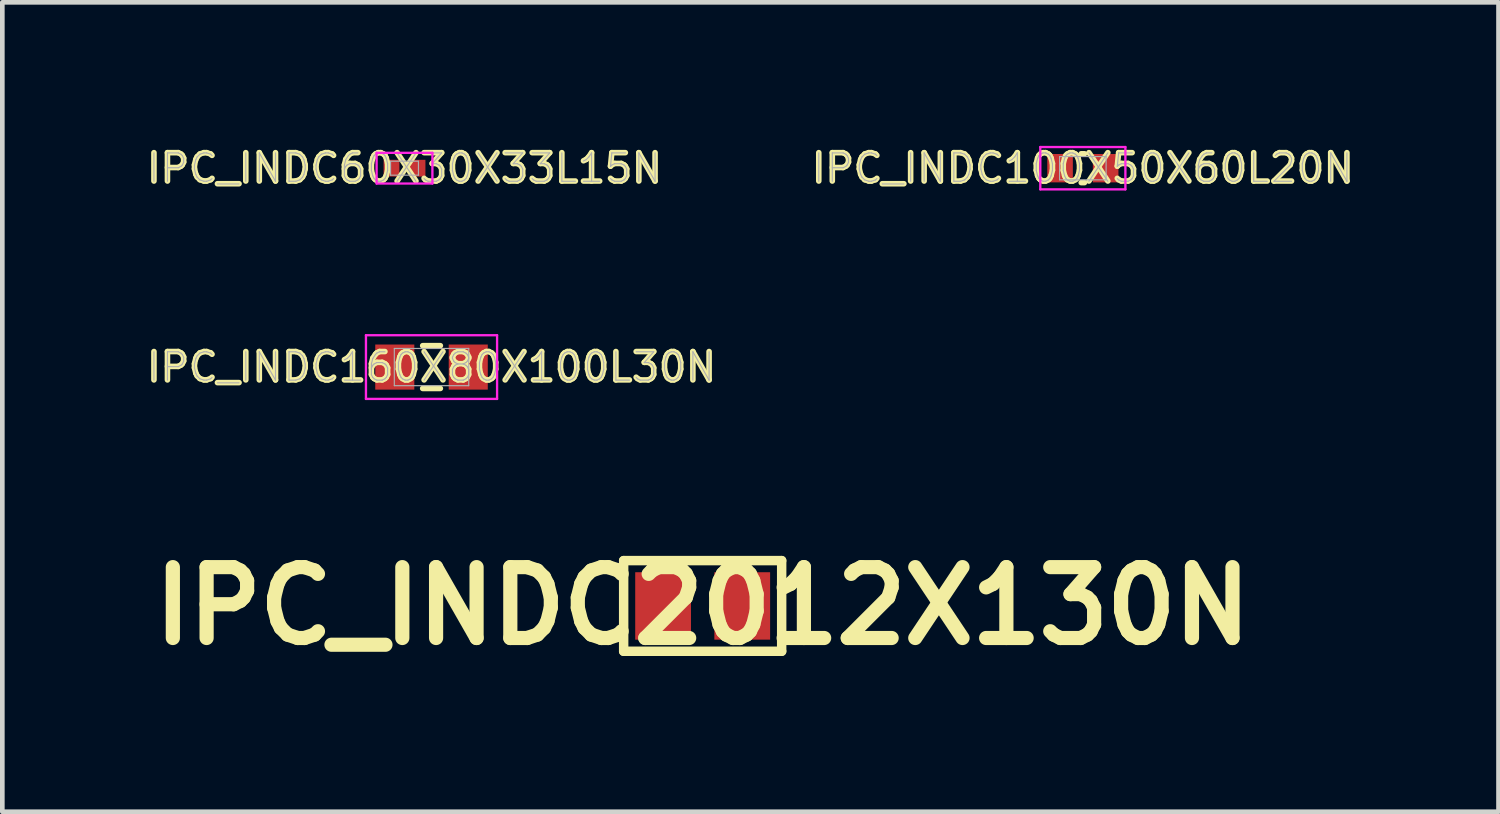
<source format=kicad_pcb>
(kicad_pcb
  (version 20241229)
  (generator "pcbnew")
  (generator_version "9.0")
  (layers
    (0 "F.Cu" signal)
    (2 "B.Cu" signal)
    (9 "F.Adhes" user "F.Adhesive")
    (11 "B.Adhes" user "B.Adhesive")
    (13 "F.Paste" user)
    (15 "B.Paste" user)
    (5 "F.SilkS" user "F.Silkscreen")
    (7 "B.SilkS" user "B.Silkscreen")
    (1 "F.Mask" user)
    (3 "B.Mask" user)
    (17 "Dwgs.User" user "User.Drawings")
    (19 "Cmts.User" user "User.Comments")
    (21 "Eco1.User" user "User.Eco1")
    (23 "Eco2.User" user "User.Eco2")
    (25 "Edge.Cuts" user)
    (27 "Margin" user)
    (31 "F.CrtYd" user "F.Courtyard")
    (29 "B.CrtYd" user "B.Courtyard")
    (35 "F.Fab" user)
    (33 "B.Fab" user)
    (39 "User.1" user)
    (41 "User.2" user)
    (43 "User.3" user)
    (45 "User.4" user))
  (footprint "IPC_INDC100X50X60L20N"
    (layer "F.Cu")
    (at 20.237 0.567)
    (property "Reference" "IPC_INDC100X50X60L20N" (at 0 0 0) (layer "F.SilkS") (effects (font (size 0.61 0.61) (thickness 0.12))))
    (attr smd)
    (fp_line (start -0.035 0.31) (end 0.035 0.31) (stroke (width 0.12) (type solid)) (layer "F.SilkS"))
    (fp_line (start 0.035 -0.31) (end -0.035 -0.31) (stroke (width 0.12) (type solid)) (layer "F.SilkS"))
    (fp_line (start -0.915 -0.455) (end 0.915 -0.455) (stroke (width 0.05) (type solid)) (layer "F.CrtYd"))
    (fp_line (start -0.915 0.455) (end -0.915 -0.455) (stroke (width 0.05) (type solid)) (layer "F.CrtYd"))
    (fp_line (start 0.915 -0.455) (end 0.915 0.455) (stroke (width 0.05) (type solid)) (layer "F.CrtYd"))
    (fp_line (start 0.915 0.455) (end -0.915 0.455) (stroke (width 0.05) (type solid)) (layer "F.CrtYd"))
    (fp_line (start -0.5 -0.25) (end 0.5 -0.25) (stroke (width 0.025) (type solid)) (layer "F.Fab"))
    (fp_line (start -0.5 0.25) (end -0.5 -0.25) (stroke (width 0.025) (type solid)) (layer "F.Fab"))
    (fp_line (start 0.5 -0.25) (end 0.5 0.25) (stroke (width 0.025) (type solid)) (layer "F.Fab"))
    (fp_line (start 0.5 0.25) (end -0.5 0.25) (stroke (width 0.025) (type solid)) (layer "F.Fab"))
    (fp_text user "${REFERENCE}" (at 0 0 0) (layer "F.Fab") (effects (font (size 0.61 0.61) (thickness 0.025))))
    (pad "1" smd rect (at -0.49 0) (size 0.55 0.61) (layers "F.Cu" "F.Mask" "F.Paste"))
    (pad "2" smd rect (at 0.49 0) (size 0.55 0.61) (layers "F.Cu" "F.Mask" "F.Paste")))
  (footprint "IPC_INDC60X30X33L15N"
    (layer "F.Cu")
    (at 5.649 0.567)
    (property "Reference" "IPC_INDC60X30X33L15N" (at 0 0 0) (layer "F.SilkS") (effects (font (size 0.61 0.61) (thickness 0.12))))
    (attr smd)
    (fp_line (start -0.6 -0.33) (end 0.6 -0.33) (stroke (width 0.05) (type solid)) (layer "F.CrtYd"))
    (fp_line (start -0.6 0.33) (end -0.6 -0.33) (stroke (width 0.05) (type solid)) (layer "F.CrtYd"))
    (fp_line (start 0.6 -0.33) (end 0.6 0.33) (stroke (width 0.05) (type solid)) (layer "F.CrtYd"))
    (fp_line (start 0.6 0.33) (end -0.6 0.33) (stroke (width 0.05) (type solid)) (layer "F.CrtYd"))
    (fp_line (start -0.3 -0.15) (end 0.3 -0.15) (stroke (width 0.025) (type solid)) (layer "F.Fab"))
    (fp_line (start -0.3 0.15) (end -0.3 -0.15) (stroke (width 0.025) (type solid)) (layer "F.Fab"))
    (fp_line (start 0.3 -0.15) (end 0.3 0.15) (stroke (width 0.025) (type solid)) (layer "F.Fab"))
    (fp_line (start 0.3 0.15) (end -0.3 0.15) (stroke (width 0.025) (type solid)) (layer "F.Fab"))
    (fp_text user "${REFERENCE}" (at 0 0 0) (layer "F.Fab") (effects (font (size 0.61 0.61) (thickness 0.025))))
    (pad "1" smd rect (at -0.28 0) (size 0.34 0.36) (layers "F.Cu" "F.Mask" "F.Paste"))
    (pad "2" smd rect (at 0.28 0) (size 0.34 0.36) (layers "F.Cu" "F.Mask" "F.Paste")))
  (footprint "IPC_INDC2012X130N"
    (layer "F.Cu")
    (at 12.061 9.981)
    (property "Reference" "IPC_INDC2012X130N" (at 0 0 0) (layer "F.SilkS") (effects (font (size 1.524 1.524) (thickness 0.305))))
    (attr through_hole)
    (fp_line (start -1.699 -0.975) (end 1.699 -0.975) (stroke (width 0.203) (type solid)) (layer "F.SilkS"))
    (fp_line (start -1.699 0.975) (end -1.699 -0.975) (stroke (width 0.203) (type solid)) (layer "F.SilkS"))
    (fp_line (start 1.699 -0.975) (end 1.699 0.975) (stroke (width 0.203) (type solid)) (layer "F.SilkS"))
    (fp_line (start 1.699 0.975) (end -1.699 0.975) (stroke (width 0.203) (type solid)) (layer "F.SilkS"))
    (pad "1" smd rect (at -0.851 0) (size 1.199 1.45) (layers "F.Cu" "F.Mask" "F.Paste"))
    (pad "2" smd rect (at 0.851 0) (size 1.199 1.45) (layers "F.Cu" "F.Mask" "F.Paste")))
  (footprint "IPC_INDC160X80X100L30N"
    (layer "F.Cu")
    (at 6.23 4.844)
    (property "Reference" "IPC_INDC160X80X100L30N" (at 0 0 0) (layer "F.SilkS") (effects (font (size 0.61 0.61) (thickness 0.12))))
    (attr smd)
    (fp_line (start -0.19 0.46) (end 0.19 0.46) (stroke (width 0.12) (type solid)) (layer "F.SilkS"))
    (fp_line (start 0.19 -0.46) (end -0.19 -0.46) (stroke (width 0.12) (type solid)) (layer "F.SilkS"))
    (fp_line (start -1.41 -0.685) (end 1.41 -0.685) (stroke (width 0.05) (type solid)) (layer "F.CrtYd"))
    (fp_line (start -1.41 0.685) (end -1.41 -0.685) (stroke (width 0.05) (type solid)) (layer "F.CrtYd"))
    (fp_line (start 1.41 -0.685) (end 1.41 0.685) (stroke (width 0.05) (type solid)) (layer "F.CrtYd"))
    (fp_line (start 1.41 0.685) (end -1.41 0.685) (stroke (width 0.05) (type solid)) (layer "F.CrtYd"))
    (fp_line (start -0.8 -0.4) (end 0.8 -0.4) (stroke (width 0.025) (type solid)) (layer "F.Fab"))
    (fp_line (start -0.8 0.4) (end -0.8 -0.4) (stroke (width 0.025) (type solid)) (layer "F.Fab"))
    (fp_line (start 0.8 -0.4) (end 0.8 0.4) (stroke (width 0.025) (type solid)) (layer "F.Fab"))
    (fp_line (start 0.8 0.4) (end -0.8 0.4) (stroke (width 0.025) (type solid)) (layer "F.Fab"))
    (fp_text user "${REFERENCE}" (at 0 0 0) (layer "F.Fab") (effects (font (size 0.61 0.61) (thickness 0.025))))
    (pad "1" smd rect (at -0.79 0) (size 0.84 0.97) (layers "F.Cu" "F.Mask" "F.Paste"))
    (pad "2" smd rect (at 0.79 0) (size 0.84 0.97) (layers "F.Cu" "F.Mask" "F.Paste")))
  (gr_rect
    (start -3 -3)
    (end 29.176 14.407)
    (stroke (width 0.1) (type default))
    (fill no)
    (layer "Edge.Cuts")))
</source>
